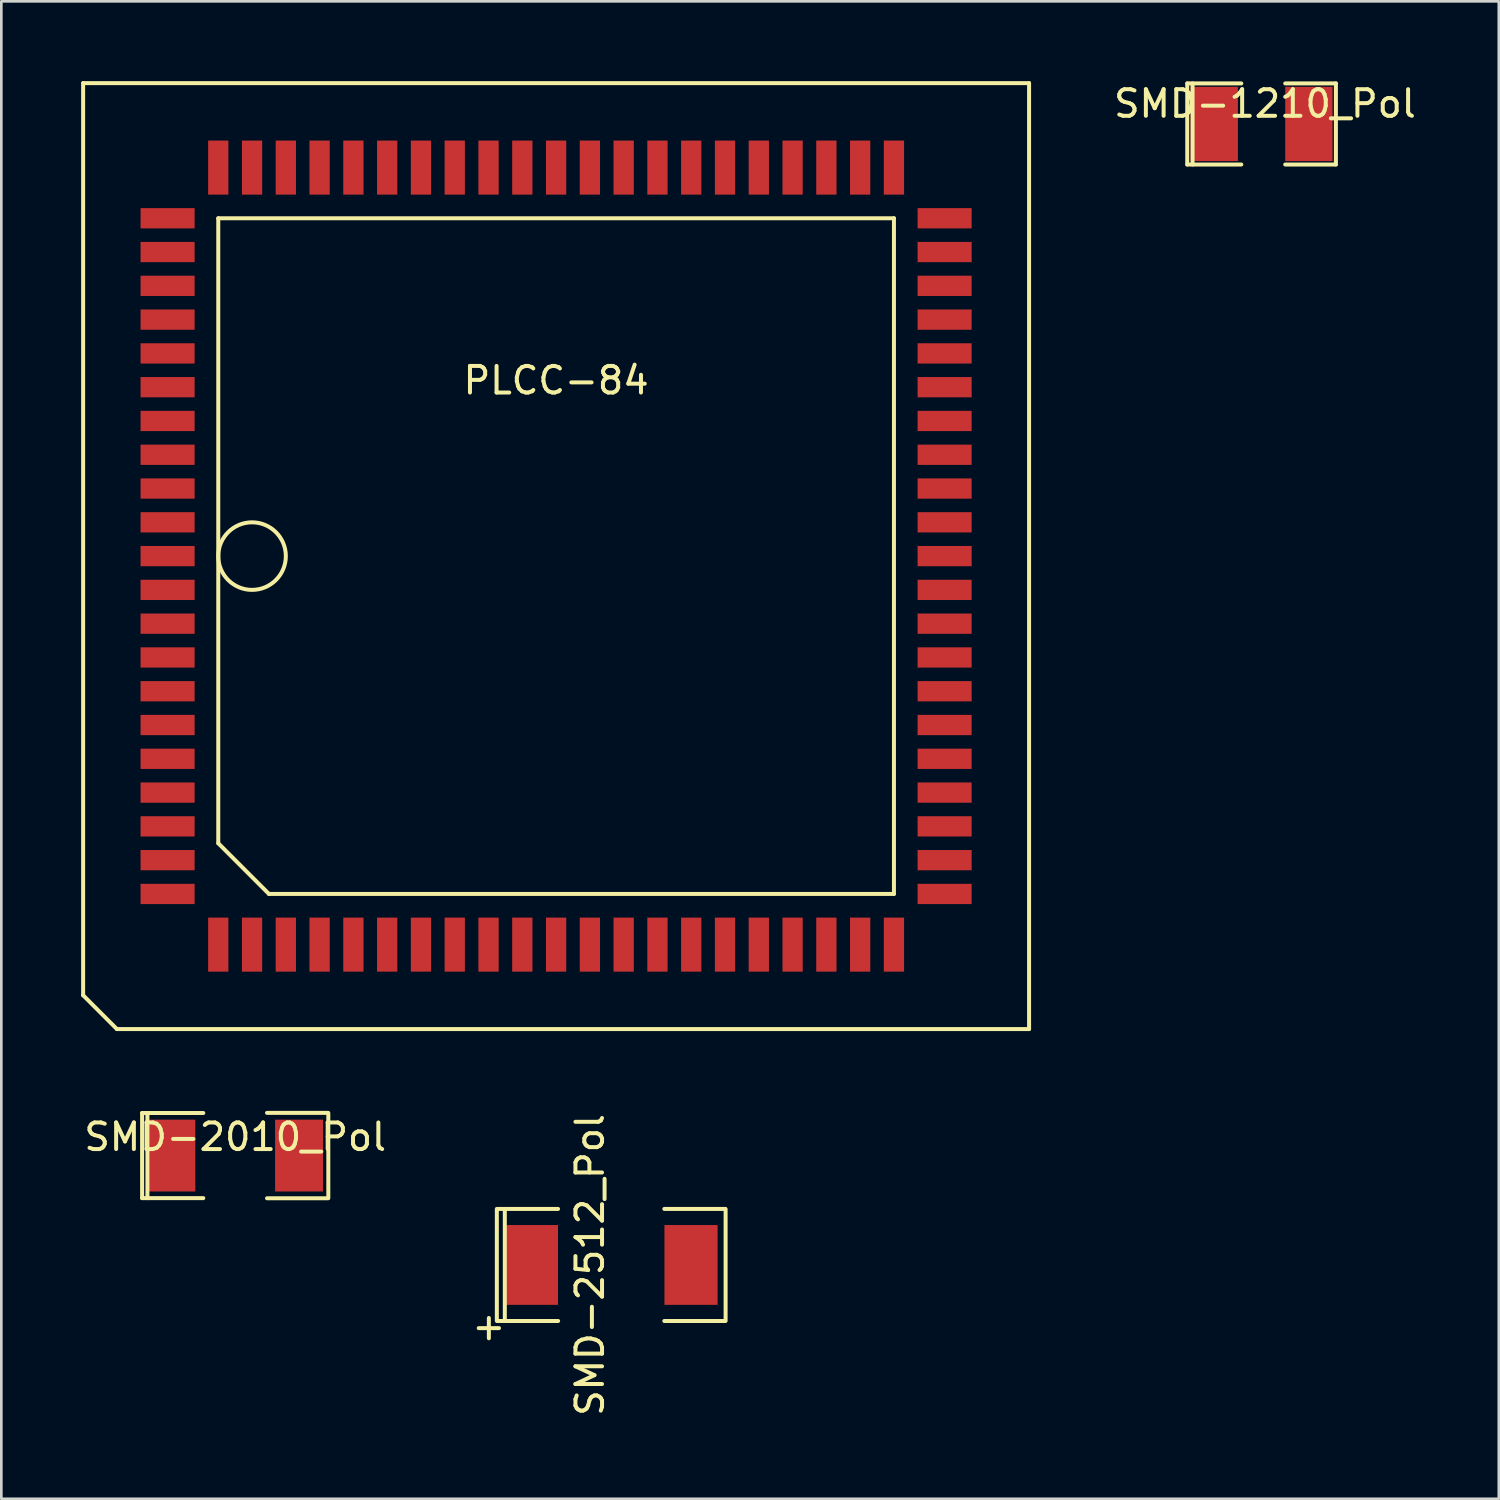
<source format=kicad_pcb>
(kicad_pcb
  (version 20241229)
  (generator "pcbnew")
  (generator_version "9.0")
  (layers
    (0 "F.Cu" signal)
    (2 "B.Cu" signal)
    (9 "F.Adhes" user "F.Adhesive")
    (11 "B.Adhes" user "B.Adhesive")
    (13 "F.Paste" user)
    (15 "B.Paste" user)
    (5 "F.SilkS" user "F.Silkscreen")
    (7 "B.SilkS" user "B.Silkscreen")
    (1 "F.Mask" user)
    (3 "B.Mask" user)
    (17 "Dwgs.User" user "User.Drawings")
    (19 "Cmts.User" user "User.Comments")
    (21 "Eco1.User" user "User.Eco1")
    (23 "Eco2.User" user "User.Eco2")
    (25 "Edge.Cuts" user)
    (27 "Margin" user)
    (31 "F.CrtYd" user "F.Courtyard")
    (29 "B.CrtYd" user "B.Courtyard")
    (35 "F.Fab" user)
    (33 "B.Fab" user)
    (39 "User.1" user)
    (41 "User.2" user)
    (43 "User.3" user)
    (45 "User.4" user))
  (footprint "PLCC-84"
    (layer "F.Cu")
    (at 17.855 17.855)
    (property "Reference" "PLCC-84" (at 0 -6.604 0) (layer "F.SilkS") (effects (font (size 1 1) (thickness 0.15))))
    (attr smd)
    (fp_line (start -17.78 -17.78) (end -17.78 16.51) (stroke (width 0.15) (type solid)) (layer "F.SilkS"))
    (fp_line (start -17.78 16.51) (end -16.51 17.78) (stroke (width 0.15) (type solid)) (layer "F.SilkS"))
    (fp_line (start -16.51 17.78) (end 17.78 17.78) (stroke (width 0.15) (type solid)) (layer "F.SilkS"))
    (fp_line (start -12.7 -12.7) (end 12.7 -12.7) (stroke (width 0.15) (type solid)) (layer "F.SilkS"))
    (fp_line (start -12.7 10.795) (end -12.7 -12.7) (stroke (width 0.15) (type solid)) (layer "F.SilkS"))
    (fp_line (start -10.795 12.7) (end -12.7 10.795) (stroke (width 0.15) (type solid)) (layer "F.SilkS"))
    (fp_line (start 12.7 -12.7) (end 12.7 12.7) (stroke (width 0.15) (type solid)) (layer "F.SilkS"))
    (fp_line (start 12.7 12.7) (end -10.795 12.7) (stroke (width 0.15) (type solid)) (layer "F.SilkS"))
    (fp_line (start 17.78 -17.78) (end -17.78 -17.78) (stroke (width 0.15) (type solid)) (layer "F.SilkS"))
    (fp_line (start 17.78 17.78) (end 17.78 -17.78) (stroke (width 0.15) (type solid)) (layer "F.SilkS"))
    (fp_circle (center -11.43 0) (end -12.7 0) (stroke (width 0.15) (type solid)) (fill no) (layer "F.SilkS"))
    (pad "1" smd rect (at -14.605 0) (size 2.032 0.762) (layers "F.Cu" "F.Mask" "F.Paste"))
    (pad "2" smd rect (at -14.605 1.27) (size 2.032 0.762) (layers "F.Cu" "F.Mask" "F.Paste"))
    (pad "3" smd rect (at -14.605 2.54) (size 2.032 0.762) (layers "F.Cu" "F.Mask" "F.Paste"))
    (pad "4" smd rect (at -14.605 3.81) (size 2.032 0.762) (layers "F.Cu" "F.Mask" "F.Paste"))
    (pad "5" smd rect (at -14.605 5.08) (size 2.032 0.762) (layers "F.Cu" "F.Mask" "F.Paste"))
    (pad "6" smd rect (at -14.605 6.35) (size 2.032 0.762) (layers "F.Cu" "F.Mask" "F.Paste"))
    (pad "7" smd rect (at -14.605 7.62) (size 2.032 0.762) (layers "F.Cu" "F.Mask" "F.Paste"))
    (pad "8" smd rect (at -14.605 8.89) (size 2.032 0.762) (layers "F.Cu" "F.Mask" "F.Paste"))
    (pad "9" smd rect (at -14.605 10.16) (size 2.032 0.762) (layers "F.Cu" "F.Mask" "F.Paste"))
    (pad "10" smd rect (at -14.605 11.43) (size 2.032 0.762) (layers "F.Cu" "F.Mask" "F.Paste"))
    (pad "11" smd rect (at -14.605 12.7) (size 2.032 0.762) (layers "F.Cu" "F.Mask" "F.Paste"))
    (pad "12" smd rect (at -12.7 14.605) (size 0.762 2.032) (layers "F.Cu" "F.Mask" "F.Paste"))
    (pad "13" smd rect (at -11.43 14.605) (size 0.762 2.032) (layers "F.Cu" "F.Mask" "F.Paste"))
    (pad "14" smd rect (at -10.16 14.605) (size 0.762 2.032) (layers "F.Cu" "F.Mask" "F.Paste"))
    (pad "15" smd rect (at -8.89 14.605) (size 0.762 2.032) (layers "F.Cu" "F.Mask" "F.Paste"))
    (pad "16" smd rect (at -7.62 14.605) (size 0.762 2.032) (layers "F.Cu" "F.Mask" "F.Paste"))
    (pad "17" smd rect (at -6.35 14.605) (size 0.762 2.032) (layers "F.Cu" "F.Mask" "F.Paste"))
    (pad "18" smd rect (at -5.08 14.605) (size 0.762 2.032) (layers "F.Cu" "F.Mask" "F.Paste"))
    (pad "19" smd rect (at -3.81 14.605) (size 0.762 2.032) (layers "F.Cu" "F.Mask" "F.Paste"))
    (pad "20" smd rect (at -2.54 14.605) (size 0.762 2.032) (layers "F.Cu" "F.Mask" "F.Paste"))
    (pad "21" smd rect (at -1.27 14.605) (size 0.762 2.032) (layers "F.Cu" "F.Mask" "F.Paste"))
    (pad "22" smd rect (at 0 14.605) (size 0.762 2.032) (layers "F.Cu" "F.Mask" "F.Paste"))
    (pad "23" smd rect (at 1.27 14.605) (size 0.762 2.032) (layers "F.Cu" "F.Mask" "F.Paste"))
    (pad "24" smd rect (at 2.54 14.605) (size 0.762 2.032) (layers "F.Cu" "F.Mask" "F.Paste"))
    (pad "25" smd rect (at 3.81 14.605) (size 0.762 2.032) (layers "F.Cu" "F.Mask" "F.Paste"))
    (pad "26" smd rect (at 5.08 14.605) (size 0.762 2.032) (layers "F.Cu" "F.Mask" "F.Paste"))
    (pad "27" smd rect (at 6.35 14.605) (size 0.762 2.032) (layers "F.Cu" "F.Mask" "F.Paste"))
    (pad "28" smd rect (at 7.62 14.605) (size 0.762 2.032) (layers "F.Cu" "F.Mask" "F.Paste"))
    (pad "29" smd rect (at 8.89 14.605) (size 0.762 2.032) (layers "F.Cu" "F.Mask" "F.Paste"))
    (pad "30" smd rect (at 10.16 14.605) (size 0.762 2.032) (layers "F.Cu" "F.Mask" "F.Paste"))
    (pad "31" smd rect (at 11.43 14.605) (size 0.762 2.032) (layers "F.Cu" "F.Mask" "F.Paste"))
    (pad "32" smd rect (at 12.7 14.605) (size 0.762 2.032) (layers "F.Cu" "F.Mask" "F.Paste"))
    (pad "33" smd rect (at 14.605 12.7) (size 2.032 0.762) (layers "F.Cu" "F.Mask" "F.Paste"))
    (pad "34" smd rect (at 14.605 11.43) (size 2.032 0.762) (layers "F.Cu" "F.Mask" "F.Paste"))
    (pad "35" smd rect (at 14.605 10.16) (size 2.032 0.762) (layers "F.Cu" "F.Mask" "F.Paste"))
    (pad "36" smd rect (at 14.605 8.89) (size 2.032 0.762) (layers "F.Cu" "F.Mask" "F.Paste"))
    (pad "37" smd rect (at 14.605 7.62) (size 2.032 0.762) (layers "F.Cu" "F.Mask" "F.Paste"))
    (pad "38" smd rect (at 14.605 6.35) (size 2.032 0.762) (layers "F.Cu" "F.Mask" "F.Paste"))
    (pad "39" smd rect (at 14.605 5.08) (size 2.032 0.762) (layers "F.Cu" "F.Mask" "F.Paste"))
    (pad "40" smd rect (at 14.605 3.81) (size 2.032 0.762) (layers "F.Cu" "F.Mask" "F.Paste"))
    (pad "41" smd rect (at 14.605 2.54) (size 2.032 0.762) (layers "F.Cu" "F.Mask" "F.Paste"))
    (pad "42" smd rect (at 14.605 1.27) (size 2.032 0.762) (layers "F.Cu" "F.Mask" "F.Paste"))
    (pad "43" smd rect (at 14.605 0) (size 2.032 0.762) (layers "F.Cu" "F.Mask" "F.Paste"))
    (pad "44" smd rect (at 14.605 -1.27) (size 2.032 0.762) (layers "F.Cu" "F.Mask" "F.Paste"))
    (pad "45" smd rect (at 14.605 -2.54) (size 2.032 0.762) (layers "F.Cu" "F.Mask" "F.Paste"))
    (pad "46" smd rect (at 14.605 -3.81) (size 2.032 0.762) (layers "F.Cu" "F.Mask" "F.Paste"))
    (pad "47" smd rect (at 14.605 -5.08) (size 2.032 0.762) (layers "F.Cu" "F.Mask" "F.Paste"))
    (pad "48" smd rect (at 14.605 -6.35) (size 2.032 0.762) (layers "F.Cu" "F.Mask" "F.Paste"))
    (pad "49" smd rect (at 14.605 -7.62) (size 2.032 0.762) (layers "F.Cu" "F.Mask" "F.Paste"))
    (pad "50" smd rect (at 14.605 -8.89) (size 2.032 0.762) (layers "F.Cu" "F.Mask" "F.Paste"))
    (pad "51" smd rect (at 14.605 -10.16) (size 2.032 0.762) (layers "F.Cu" "F.Mask" "F.Paste"))
    (pad "52" smd rect (at 14.605 -11.43) (size 2.032 0.762) (layers "F.Cu" "F.Mask" "F.Paste"))
    (pad "53" smd rect (at 14.605 -12.7) (size 2.032 0.762) (layers "F.Cu" "F.Mask" "F.Paste"))
    (pad "54" smd rect (at 12.7 -14.605) (size 0.762 2.032) (layers "F.Cu" "F.Mask" "F.Paste"))
    (pad "55" smd rect (at 11.43 -14.605) (size 0.762 2.032) (layers "F.Cu" "F.Mask" "F.Paste"))
    (pad "56" smd rect (at 10.16 -14.605) (size 0.762 2.032) (layers "F.Cu" "F.Mask" "F.Paste"))
    (pad "57" smd rect (at 8.89 -14.605) (size 0.762 2.032) (layers "F.Cu" "F.Mask" "F.Paste"))
    (pad "58" smd rect (at 7.62 -14.605) (size 0.762 2.032) (layers "F.Cu" "F.Mask" "F.Paste"))
    (pad "59" smd rect (at 6.35 -14.605) (size 0.762 2.032) (layers "F.Cu" "F.Mask" "F.Paste"))
    (pad "60" smd rect (at 5.08 -14.605) (size 0.762 2.032) (layers "F.Cu" "F.Mask" "F.Paste"))
    (pad "61" smd rect (at 3.81 -14.605) (size 0.762 2.032) (layers "F.Cu" "F.Mask" "F.Paste"))
    (pad "62" smd rect (at 2.54 -14.605) (size 0.762 2.032) (layers "F.Cu" "F.Mask" "F.Paste"))
    (pad "63" smd rect (at 1.27 -14.605) (size 0.762 2.032) (layers "F.Cu" "F.Mask" "F.Paste"))
    (pad "64" smd rect (at 0 -14.605) (size 0.762 2.032) (layers "F.Cu" "F.Mask" "F.Paste"))
    (pad "65" smd rect (at -1.27 -14.605) (size 0.762 2.032) (layers "F.Cu" "F.Mask" "F.Paste"))
    (pad "66" smd rect (at -2.54 -14.605) (size 0.762 2.032) (layers "F.Cu" "F.Mask" "F.Paste"))
    (pad "67" smd rect (at -3.81 -14.605) (size 0.762 2.032) (layers "F.Cu" "F.Mask" "F.Paste"))
    (pad "68" smd rect (at -5.08 -14.605) (size 0.762 2.032) (layers "F.Cu" "F.Mask" "F.Paste"))
    (pad "69" smd rect (at -6.35 -14.605) (size 0.762 2.032) (layers "F.Cu" "F.Mask" "F.Paste"))
    (pad "70" smd rect (at -7.62 -14.605) (size 0.762 2.032) (layers "F.Cu" "F.Mask" "F.Paste"))
    (pad "71" smd rect (at -8.89 -14.605) (size 0.762 2.032) (layers "F.Cu" "F.Mask" "F.Paste"))
    (pad "72" smd rect (at -10.16 -14.605) (size 0.762 2.032) (layers "F.Cu" "F.Mask" "F.Paste"))
    (pad "73" smd rect (at -11.43 -14.605) (size 0.762 2.032) (layers "F.Cu" "F.Mask" "F.Paste"))
    (pad "74" smd rect (at -12.7 -14.605) (size 0.762 2.032) (layers "F.Cu" "F.Mask" "F.Paste"))
    (pad "75" smd rect (at -14.605 -12.7) (size 2.032 0.762) (layers "F.Cu" "F.Mask" "F.Paste"))
    (pad "76" smd rect (at -14.605 -11.43) (size 2.032 0.762) (layers "F.Cu" "F.Mask" "F.Paste"))
    (pad "77" smd rect (at -14.605 -10.16) (size 2.032 0.762) (layers "F.Cu" "F.Mask" "F.Paste"))
    (pad "78" smd rect (at -14.605 -8.89) (size 2.032 0.762) (layers "F.Cu" "F.Mask" "F.Paste"))
    (pad "79" smd rect (at -14.605 -7.62) (size 2.032 0.762) (layers "F.Cu" "F.Mask" "F.Paste"))
    (pad "80" smd rect (at -14.605 -6.35) (size 2.032 0.762) (layers "F.Cu" "F.Mask" "F.Paste"))
    (pad "81" smd rect (at -14.605 -5.08) (size 2.032 0.762) (layers "F.Cu" "F.Mask" "F.Paste"))
    (pad "82" smd rect (at -14.605 -3.81) (size 2.032 0.762) (layers "F.Cu" "F.Mask" "F.Paste"))
    (pad "83" smd rect (at -14.605 -2.54) (size 2.032 0.762) (layers "F.Cu" "F.Mask" "F.Paste"))
    (pad "84" smd rect (at -14.605 -1.27) (size 2.032 0.762) (layers "F.Cu" "F.Mask" "F.Paste")))
  (footprint "SMD-2512_Pol"
    (layer "F.Cu")
    (at 19.927 44.502)
    (property "Reference" "SMD-2512_Pol" (at -0.8 0 90) (layer "F.SilkS") (effects (font (size 1 1) (thickness 0.15))))
    (attr smd)
    (fp_line (start -4.3 -2.101) (end -4.3 2.101) (stroke (width 0.15) (type solid)) (layer "F.SilkS"))
    (fp_line (start -4.282 2.106) (end -1.996 2.106) (stroke (width 0.15) (type solid)) (layer "F.SilkS"))
    (fp_line (start -4 -2.101) (end -4 2.101) (stroke (width 0.15) (type solid)) (layer "F.SilkS"))
    (fp_line (start -1.999 -2.106) (end -4.285 -2.106) (stroke (width 0.15) (type solid)) (layer "F.SilkS"))
    (fp_line (start 1.996 2.106) (end 4.282 2.106) (stroke (width 0.15) (type solid)) (layer "F.SilkS"))
    (fp_line (start 4.282 -2.106) (end 1.996 -2.106) (stroke (width 0.15) (type solid)) (layer "F.SilkS"))
    (fp_line (start 4.3 -2.101) (end 4.3 2.101) (stroke (width 0.15) (type solid)) (layer "F.SilkS"))
    (fp_text user "+" (at -4.6 2.301 0) (layer "F.SilkS") (effects (font (size 1 1) (thickness 0.15))))
    (pad "1" smd rect (at -3 0) (size 1.999 3) (layers "F.Cu" "F.Mask" "F.Paste"))
    (pad "2" smd rect (at 3 0) (size 1.999 3) (layers "F.Cu" "F.Mask" "F.Paste")))
  (footprint "SMD-2010_Pol"
    (layer "F.Cu")
    (at 5.792 40.39)
    (property "Reference" "SMD-2010_Pol" (at 0 -0.7 0) (layer "F.SilkS") (effects (font (size 1 1) (thickness 0.15))))
    (attr smd)
    (fp_line (start -3.5 -1.6) (end -3.5 1.6) (stroke (width 0.15) (type solid)) (layer "F.SilkS"))
    (fp_line (start -3.5 1.6) (end -1.2 1.6) (stroke (width 0.15) (type solid)) (layer "F.SilkS"))
    (fp_line (start -3.3 -1.6) (end -3.3 1.6) (stroke (width 0.15) (type solid)) (layer "F.SilkS"))
    (fp_line (start -1.2 -1.6) (end -3.5 -1.6) (stroke (width 0.15) (type solid)) (layer "F.SilkS"))
    (fp_line (start 1.196 1.605) (end 3.482 1.605) (stroke (width 0.15) (type solid)) (layer "F.SilkS"))
    (fp_line (start 3.482 -1.605) (end 1.196 -1.605) (stroke (width 0.15) (type solid)) (layer "F.SilkS"))
    (fp_line (start 3.5 -1.6) (end 3.5 1.6) (stroke (width 0.15) (type solid)) (layer "F.SilkS"))
    (pad "1" smd rect (at -2.4 0) (size 1.801 2.7) (layers "F.Cu" "F.Mask" "F.Paste"))
    (pad "2" smd rect (at 2.4 0) (size 1.801 2.7) (layers "F.Cu" "F.Mask" "F.Paste")))
  (footprint "SMD-1210_Pol"
    (layer "F.Cu")
    (at 44.375 1.61)
    (property "Reference" "SMD-1210_Pol" (at 0.127 -0.762 0) (layer "F.SilkS") (effects (font (size 1 1) (thickness 0.15))))
    (attr smd)
    (fp_line (start -2.794 -1.524) (end -2.794 1.524) (stroke (width 0.15) (type solid)) (layer "F.SilkS"))
    (fp_line (start -2.794 1.524) (end -0.762 1.524) (stroke (width 0.15) (type solid)) (layer "F.SilkS"))
    (fp_line (start -2.594 -1.524) (end -2.594 1.524) (stroke (width 0.15) (type solid)) (layer "F.SilkS"))
    (fp_line (start -0.762 -1.524) (end -2.794 -1.524) (stroke (width 0.15) (type solid)) (layer "F.SilkS"))
    (fp_line (start 0.889 1.524) (end 2.794 1.524) (stroke (width 0.15) (type solid)) (layer "F.SilkS"))
    (fp_line (start 2.794 -1.524) (end 0.889 -1.524) (stroke (width 0.15) (type solid)) (layer "F.SilkS"))
    (fp_line (start 2.794 1.524) (end 2.794 -1.524) (stroke (width 0.15) (type solid)) (layer "F.SilkS"))
    (pad "1" smd rect (at -1.778 0) (size 1.778 2.794) (layers "F.Cu" "F.Mask" "F.Paste"))
    (pad "2" smd rect (at 1.778 0) (size 1.778 2.794) (layers "F.Cu" "F.Mask" "F.Paste")))
  (gr_rect
    (start -3 -3)
    (end 53.293 53.293)
    (stroke (width 0.1) (type default))
    (fill no)
    (layer "Edge.Cuts")))
</source>
